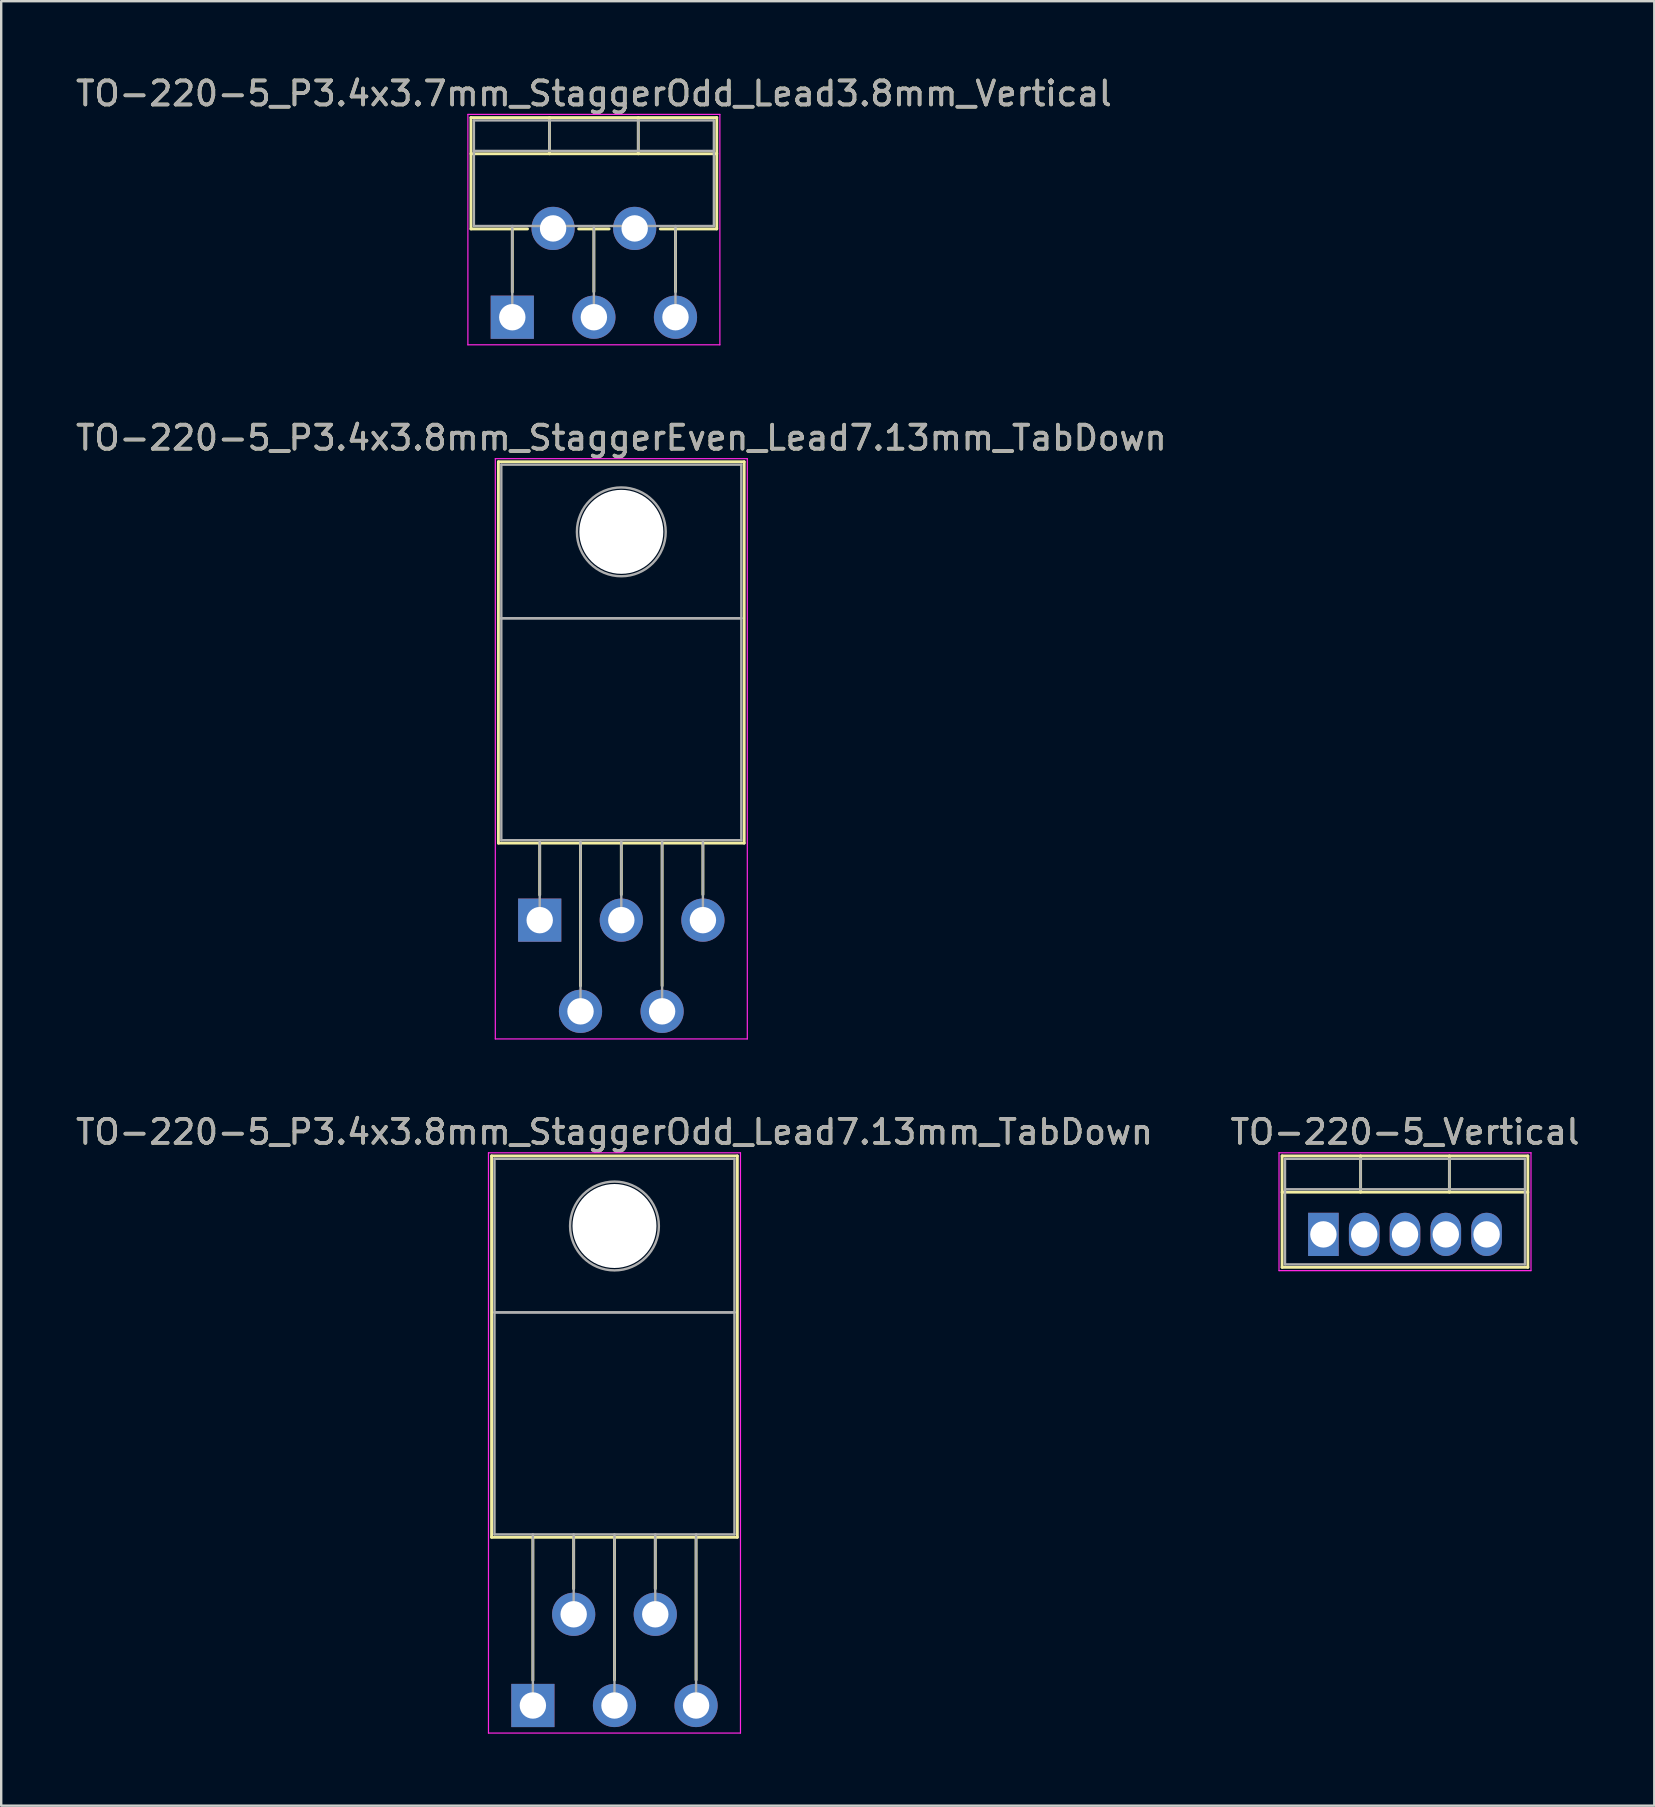
<source format=kicad_pcb>
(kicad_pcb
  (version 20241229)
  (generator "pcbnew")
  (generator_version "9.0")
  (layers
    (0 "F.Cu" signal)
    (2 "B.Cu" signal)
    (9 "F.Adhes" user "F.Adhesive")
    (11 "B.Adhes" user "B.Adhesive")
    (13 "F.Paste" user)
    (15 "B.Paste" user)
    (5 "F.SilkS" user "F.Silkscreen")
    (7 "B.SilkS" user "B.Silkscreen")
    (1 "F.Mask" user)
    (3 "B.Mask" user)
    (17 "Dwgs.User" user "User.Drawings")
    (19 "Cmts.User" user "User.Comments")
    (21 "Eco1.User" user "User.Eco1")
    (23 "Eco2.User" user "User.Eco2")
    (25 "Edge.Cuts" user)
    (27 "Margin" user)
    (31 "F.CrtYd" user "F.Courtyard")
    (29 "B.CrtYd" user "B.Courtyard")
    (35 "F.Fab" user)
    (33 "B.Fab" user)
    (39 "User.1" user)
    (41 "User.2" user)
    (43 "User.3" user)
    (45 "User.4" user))
  (footprint "TO-220-5_P3.4x3.8mm_StaggerOdd_Lead7.13mm_TabDown"
    (layer "F.Cu")
    (at 19.154 68.015)
    (property "Reference" "TO-220-5_P3.4x3.8mm_StaggerOdd_Lead7.13mm_TabDown" (at 3.4 -23.9 0) (layer "F.SilkS") (effects (font (size 1 1) (thickness 0.15))))
    (attr through_hole)
    (fp_line (start -1.721 -22.9) (end -1.721 -7.01) (stroke (width 0.12) (type solid)) (layer "F.SilkS"))
    (fp_line (start -1.721 -22.9) (end 8.52 -22.9) (stroke (width 0.12) (type solid)) (layer "F.SilkS"))
    (fp_line (start -1.721 -7.01) (end 8.52 -7.01) (stroke (width 0.12) (type solid)) (layer "F.SilkS"))
    (fp_line (start 0 -7.01) (end 0 -1.05) (stroke (width 0.12) (type solid)) (layer "F.SilkS"))
    (fp_line (start 1.7 -7.01) (end 1.7 -4.866) (stroke (width 0.12) (type solid)) (layer "F.SilkS"))
    (fp_line (start 3.4 -7.01) (end 3.4 -1.065) (stroke (width 0.12) (type solid)) (layer "F.SilkS"))
    (fp_line (start 5.1 -7.01) (end 5.1 -4.866) (stroke (width 0.12) (type solid)) (layer "F.SilkS"))
    (fp_line (start 6.8 -7.01) (end 6.8 -1.065) (stroke (width 0.12) (type solid)) (layer "F.SilkS"))
    (fp_line (start 8.52 -22.9) (end 8.52 -7.01) (stroke (width 0.12) (type solid)) (layer "F.SilkS"))
    (fp_line (start -1.85 -23.03) (end -1.85 1.15) (stroke (width 0.05) (type solid)) (layer "F.CrtYd"))
    (fp_line (start -1.85 1.15) (end 8.65 1.15) (stroke (width 0.05) (type solid)) (layer "F.CrtYd"))
    (fp_line (start 8.65 -23.03) (end -1.85 -23.03) (stroke (width 0.05) (type solid)) (layer "F.CrtYd"))
    (fp_line (start 8.65 1.15) (end 8.65 -23.03) (stroke (width 0.05) (type solid)) (layer "F.CrtYd"))
    (fp_line (start -1.6 -22.78) (end 8.4 -22.78) (stroke (width 0.1) (type solid)) (layer "F.Fab"))
    (fp_line (start -1.6 -16.38) (end -1.6 -22.78) (stroke (width 0.1) (type solid)) (layer "F.Fab"))
    (fp_line (start -1.6 -16.38) (end 8.4 -16.38) (stroke (width 0.1) (type solid)) (layer "F.Fab"))
    (fp_line (start -1.6 -7.13) (end -1.6 -16.38) (stroke (width 0.1) (type solid)) (layer "F.Fab"))
    (fp_line (start 0 -7.13) (end 0 0) (stroke (width 0.1) (type solid)) (layer "F.Fab"))
    (fp_line (start 1.7 -7.13) (end 1.7 -3.8) (stroke (width 0.1) (type solid)) (layer "F.Fab"))
    (fp_line (start 3.4 -7.13) (end 3.4 0) (stroke (width 0.1) (type solid)) (layer "F.Fab"))
    (fp_line (start 5.1 -7.13) (end 5.1 -3.8) (stroke (width 0.1) (type solid)) (layer "F.Fab"))
    (fp_line (start 6.8 -7.13) (end 6.8 0) (stroke (width 0.1) (type solid)) (layer "F.Fab"))
    (fp_line (start 8.4 -22.78) (end 8.4 -16.38) (stroke (width 0.1) (type solid)) (layer "F.Fab"))
    (fp_line (start 8.4 -16.38) (end -1.6 -16.38) (stroke (width 0.1) (type solid)) (layer "F.Fab"))
    (fp_line (start 8.4 -16.38) (end 8.4 -7.13) (stroke (width 0.1) (type solid)) (layer "F.Fab"))
    (fp_line (start 8.4 -7.13) (end -1.6 -7.13) (stroke (width 0.1) (type solid)) (layer "F.Fab"))
    (fp_circle (center 3.4 -19.98) (end 5.25 -19.98) (stroke (width 0.1) (type solid)) (fill no) (layer "F.Fab"))
    (fp_text user "${REFERENCE}" (at 3.4 -23.9 0) (layer "F.Fab") (effects (font (size 1 1) (thickness 0.15))))
    (pad "" np_thru_hole oval (at 3.4 -19.98) (size 3.5 3.5) (drill 3.5) (layers "*.Cu" "*.Mask"))
    (pad "1" thru_hole rect (at 0 0) (size 1.8 1.8) (drill 1.1) (layers "*.Cu" "*.Mask"))
    (pad "2" thru_hole oval (at 1.7 -3.8) (size 1.8 1.8) (drill 1.1) (layers "*.Cu" "*.Mask"))
    (pad "3" thru_hole oval (at 3.4 0) (size 1.8 1.8) (drill 1.1) (layers "*.Cu" "*.Mask"))
    (pad "4" thru_hole oval (at 5.1 -3.8) (size 1.8 1.8) (drill 1.1) (layers "*.Cu" "*.Mask"))
    (pad "5" thru_hole oval (at 6.8 0) (size 1.8 1.8) (drill 1.1) (layers "*.Cu" "*.Mask")))
  (footprint "TO-220-5_Vertical"
    (layer "F.Cu")
    (at 52.094 48.385)
    (property "Reference" "TO-220-5_Vertical" (at 3.4 -4.27 0) (layer "F.SilkS") (effects (font (size 1 1) (thickness 0.15))))
    (attr through_hole)
    (fp_line (start -1.721 -3.27) (end -1.721 1.371) (stroke (width 0.12) (type solid)) (layer "F.SilkS"))
    (fp_line (start -1.721 -3.27) (end 8.52 -3.27) (stroke (width 0.12) (type solid)) (layer "F.SilkS"))
    (fp_line (start -1.721 -1.76) (end 8.52 -1.76) (stroke (width 0.12) (type solid)) (layer "F.SilkS"))
    (fp_line (start -1.721 1.371) (end 8.52 1.371) (stroke (width 0.12) (type solid)) (layer "F.SilkS"))
    (fp_line (start 1.55 -3.27) (end 1.55 -1.76) (stroke (width 0.12) (type solid)) (layer "F.SilkS"))
    (fp_line (start 5.25 -3.27) (end 5.25 -1.76) (stroke (width 0.12) (type solid)) (layer "F.SilkS"))
    (fp_line (start 8.52 -3.27) (end 8.52 1.371) (stroke (width 0.12) (type solid)) (layer "F.SilkS"))
    (fp_line (start -1.85 -3.4) (end -1.85 1.51) (stroke (width 0.05) (type solid)) (layer "F.CrtYd"))
    (fp_line (start -1.85 1.51) (end 8.65 1.51) (stroke (width 0.05) (type solid)) (layer "F.CrtYd"))
    (fp_line (start 8.65 -3.4) (end -1.85 -3.4) (stroke (width 0.05) (type solid)) (layer "F.CrtYd"))
    (fp_line (start 8.65 1.51) (end 8.65 -3.4) (stroke (width 0.05) (type solid)) (layer "F.CrtYd"))
    (fp_line (start -1.6 -3.15) (end -1.6 1.25) (stroke (width 0.1) (type solid)) (layer "F.Fab"))
    (fp_line (start -1.6 -1.88) (end 8.4 -1.88) (stroke (width 0.1) (type solid)) (layer "F.Fab"))
    (fp_line (start -1.6 1.25) (end 8.4 1.25) (stroke (width 0.1) (type solid)) (layer "F.Fab"))
    (fp_line (start 1.55 -3.15) (end 1.55 -1.88) (stroke (width 0.1) (type solid)) (layer "F.Fab"))
    (fp_line (start 5.25 -3.15) (end 5.25 -1.88) (stroke (width 0.1) (type solid)) (layer "F.Fab"))
    (fp_line (start 8.4 -3.15) (end -1.6 -3.15) (stroke (width 0.1) (type solid)) (layer "F.Fab"))
    (fp_line (start 8.4 1.25) (end 8.4 -3.15) (stroke (width 0.1) (type solid)) (layer "F.Fab"))
    (fp_text user "${REFERENCE}" (at 3.4 -4.27 0) (layer "F.Fab") (effects (font (size 1 1) (thickness 0.15))))
    (pad "1" thru_hole rect (at 0 0) (size 1.275 1.8) (drill 1.1) (layers "*.Cu" "*.Mask"))
    (pad "2" thru_hole oval (at 1.7 0) (size 1.275 1.8) (drill 1.1) (layers "*.Cu" "*.Mask"))
    (pad "3" thru_hole oval (at 3.4 0) (size 1.275 1.8) (drill 1.1) (layers "*.Cu" "*.Mask"))
    (pad "4" thru_hole oval (at 5.1 0) (size 1.275 1.8) (drill 1.1) (layers "*.Cu" "*.Mask"))
    (pad "5" thru_hole oval (at 6.8 0) (size 1.275 1.8) (drill 1.1) (layers "*.Cu" "*.Mask")))
  (footprint "TO-220-5_P3.4x3.8mm_StaggerEven_Lead7.13mm_TabDown"
    (layer "F.Cu")
    (at 19.439 35.291)
    (property "Reference" "TO-220-5_P3.4x3.8mm_StaggerEven_Lead7.13mm_TabDown" (at 3.4 -20.1 0) (layer "F.SilkS") (effects (font (size 1 1) (thickness 0.15))))
    (attr through_hole)
    (fp_line (start -1.721 -19.1) (end -1.721 -3.21) (stroke (width 0.12) (type solid)) (layer "F.SilkS"))
    (fp_line (start -1.721 -19.1) (end 8.52 -19.1) (stroke (width 0.12) (type solid)) (layer "F.SilkS"))
    (fp_line (start -1.721 -3.21) (end 8.52 -3.21) (stroke (width 0.12) (type solid)) (layer "F.SilkS"))
    (fp_line (start 0 -3.21) (end 0 -1.05) (stroke (width 0.12) (type solid)) (layer "F.SilkS"))
    (fp_line (start 1.7 -3.21) (end 1.7 2.735) (stroke (width 0.12) (type solid)) (layer "F.SilkS"))
    (fp_line (start 3.4 -3.21) (end 3.4 -1.066) (stroke (width 0.12) (type solid)) (layer "F.SilkS"))
    (fp_line (start 5.1 -3.21) (end 5.1 2.735) (stroke (width 0.12) (type solid)) (layer "F.SilkS"))
    (fp_line (start 6.8 -3.21) (end 6.8 -1.066) (stroke (width 0.12) (type solid)) (layer "F.SilkS"))
    (fp_line (start 8.52 -19.1) (end 8.52 -3.21) (stroke (width 0.12) (type solid)) (layer "F.SilkS"))
    (fp_line (start -1.85 -19.23) (end -1.85 4.95) (stroke (width 0.05) (type solid)) (layer "F.CrtYd"))
    (fp_line (start -1.85 4.95) (end 8.65 4.95) (stroke (width 0.05) (type solid)) (layer "F.CrtYd"))
    (fp_line (start 8.65 -19.23) (end -1.85 -19.23) (stroke (width 0.05) (type solid)) (layer "F.CrtYd"))
    (fp_line (start 8.65 4.95) (end 8.65 -19.23) (stroke (width 0.05) (type solid)) (layer "F.CrtYd"))
    (fp_line (start -1.6 -18.98) (end 8.4 -18.98) (stroke (width 0.1) (type solid)) (layer "F.Fab"))
    (fp_line (start -1.6 -12.58) (end -1.6 -18.98) (stroke (width 0.1) (type solid)) (layer "F.Fab"))
    (fp_line (start -1.6 -12.58) (end 8.4 -12.58) (stroke (width 0.1) (type solid)) (layer "F.Fab"))
    (fp_line (start -1.6 -3.33) (end -1.6 -12.58) (stroke (width 0.1) (type solid)) (layer "F.Fab"))
    (fp_line (start 0 -3.33) (end 0 0) (stroke (width 0.1) (type solid)) (layer "F.Fab"))
    (fp_line (start 1.7 -3.33) (end 1.7 3.8) (stroke (width 0.1) (type solid)) (layer "F.Fab"))
    (fp_line (start 3.4 -3.33) (end 3.4 0) (stroke (width 0.1) (type solid)) (layer "F.Fab"))
    (fp_line (start 5.1 -3.33) (end 5.1 3.8) (stroke (width 0.1) (type solid)) (layer "F.Fab"))
    (fp_line (start 6.8 -3.33) (end 6.8 0) (stroke (width 0.1) (type solid)) (layer "F.Fab"))
    (fp_line (start 8.4 -18.98) (end 8.4 -12.58) (stroke (width 0.1) (type solid)) (layer "F.Fab"))
    (fp_line (start 8.4 -12.58) (end -1.6 -12.58) (stroke (width 0.1) (type solid)) (layer "F.Fab"))
    (fp_line (start 8.4 -12.58) (end 8.4 -3.33) (stroke (width 0.1) (type solid)) (layer "F.Fab"))
    (fp_line (start 8.4 -3.33) (end -1.6 -3.33) (stroke (width 0.1) (type solid)) (layer "F.Fab"))
    (fp_circle (center 3.4 -16.18) (end 5.25 -16.18) (stroke (width 0.1) (type solid)) (fill no) (layer "F.Fab"))
    (fp_text user "${REFERENCE}" (at 3.4 -20.1 0) (layer "F.Fab") (effects (font (size 1 1) (thickness 0.15))))
    (pad "" np_thru_hole oval (at 3.4 -16.18) (size 3.5 3.5) (drill 3.5) (layers "*.Cu" "*.Mask"))
    (pad "1" thru_hole rect (at 0 0) (size 1.8 1.8) (drill 1.1) (layers "*.Cu" "*.Mask"))
    (pad "2" thru_hole oval (at 1.7 3.8) (size 1.8 1.8) (drill 1.1) (layers "*.Cu" "*.Mask"))
    (pad "3" thru_hole oval (at 3.4 0) (size 1.8 1.8) (drill 1.1) (layers "*.Cu" "*.Mask"))
    (pad "4" thru_hole oval (at 5.1 3.8) (size 1.8 1.8) (drill 1.1) (layers "*.Cu" "*.Mask"))
    (pad "5" thru_hole oval (at 6.8 0) (size 1.8 1.8) (drill 1.1) (layers "*.Cu" "*.Mask")))
  (footprint "TO-220-5_P3.4x3.7mm_StaggerOdd_Lead3.8mm_Vertical"
    (layer "F.Cu")
    (at 18.296 10.168)
    (property "Reference" "TO-220-5_P3.4x3.7mm_StaggerOdd_Lead3.8mm_Vertical" (at 3.4 -9.32 0) (layer "F.SilkS") (effects (font (size 1 1) (thickness 0.15))))
    (attr through_hole)
    (fp_line (start -1.721 -8.32) (end -1.721 -3.679) (stroke (width 0.12) (type solid)) (layer "F.SilkS"))
    (fp_line (start -1.721 -8.32) (end 8.52 -8.32) (stroke (width 0.12) (type solid)) (layer "F.SilkS"))
    (fp_line (start -1.721 -6.811) (end 8.52 -6.811) (stroke (width 0.12) (type solid)) (layer "F.SilkS"))
    (fp_line (start -1.721 -3.679) (end 0.635 -3.679) (stroke (width 0.12) (type solid)) (layer "F.SilkS"))
    (fp_line (start 0 -3.679) (end 0 -1.049) (stroke (width 0.12) (type solid)) (layer "F.SilkS"))
    (fp_line (start 1.55 -8.32) (end 1.55 -6.811) (stroke (width 0.12) (type solid)) (layer "F.SilkS"))
    (fp_line (start 2.765 -3.679) (end 4.035 -3.679) (stroke (width 0.12) (type solid)) (layer "F.SilkS"))
    (fp_line (start 3.4 -3.679) (end 3.4 -1.065) (stroke (width 0.12) (type solid)) (layer "F.SilkS"))
    (fp_line (start 5.25 -8.32) (end 5.25 -6.811) (stroke (width 0.12) (type solid)) (layer "F.SilkS"))
    (fp_line (start 6.165 -3.679) (end 8.52 -3.679) (stroke (width 0.12) (type solid)) (layer "F.SilkS"))
    (fp_line (start 6.8 -3.679) (end 6.8 -1.065) (stroke (width 0.12) (type solid)) (layer "F.SilkS"))
    (fp_line (start 8.52 -8.32) (end 8.52 -3.679) (stroke (width 0.12) (type solid)) (layer "F.SilkS"))
    (fp_line (start -1.85 -8.45) (end -1.85 1.15) (stroke (width 0.05) (type solid)) (layer "F.CrtYd"))
    (fp_line (start -1.85 1.15) (end 8.65 1.15) (stroke (width 0.05) (type solid)) (layer "F.CrtYd"))
    (fp_line (start 8.65 -8.45) (end -1.85 -8.45) (stroke (width 0.05) (type solid)) (layer "F.CrtYd"))
    (fp_line (start 8.65 1.15) (end 8.65 -8.45) (stroke (width 0.05) (type solid)) (layer "F.CrtYd"))
    (fp_line (start -1.6 -8.2) (end -1.6 -3.8) (stroke (width 0.1) (type solid)) (layer "F.Fab"))
    (fp_line (start -1.6 -6.93) (end 8.4 -6.93) (stroke (width 0.1) (type solid)) (layer "F.Fab"))
    (fp_line (start -1.6 -3.8) (end 8.4 -3.8) (stroke (width 0.1) (type solid)) (layer "F.Fab"))
    (fp_line (start 0 -3.8) (end 0 0) (stroke (width 0.1) (type solid)) (layer "F.Fab"))
    (fp_line (start 1.55 -8.2) (end 1.55 -6.93) (stroke (width 0.1) (type solid)) (layer "F.Fab"))
    (fp_line (start 1.7 -3.8) (end 1.7 -3.7) (stroke (width 0.1) (type solid)) (layer "F.Fab"))
    (fp_line (start 3.4 -3.8) (end 3.4 0) (stroke (width 0.1) (type solid)) (layer "F.Fab"))
    (fp_line (start 5.1 -3.8) (end 5.1 -3.7) (stroke (width 0.1) (type solid)) (layer "F.Fab"))
    (fp_line (start 5.25 -8.2) (end 5.25 -6.93) (stroke (width 0.1) (type solid)) (layer "F.Fab"))
    (fp_line (start 6.8 -3.8) (end 6.8 0) (stroke (width 0.1) (type solid)) (layer "F.Fab"))
    (fp_line (start 8.4 -8.2) (end -1.6 -8.2) (stroke (width 0.1) (type solid)) (layer "F.Fab"))
    (fp_line (start 8.4 -3.8) (end 8.4 -8.2) (stroke (width 0.1) (type solid)) (layer "F.Fab"))
    (fp_text user "${REFERENCE}" (at 3.4 -9.32 0) (layer "F.Fab") (effects (font (size 1 1) (thickness 0.15))))
    (pad "1" thru_hole rect (at 0 0) (size 1.8 1.8) (drill 1.1) (layers "*.Cu" "*.Mask"))
    (pad "2" thru_hole oval (at 1.7 -3.7) (size 1.8 1.8) (drill 1.1) (layers "*.Cu" "*.Mask"))
    (pad "3" thru_hole oval (at 3.4 0) (size 1.8 1.8) (drill 1.1) (layers "*.Cu" "*.Mask"))
    (pad "4" thru_hole oval (at 5.1 -3.7) (size 1.8 1.8) (drill 1.1) (layers "*.Cu" "*.Mask"))
    (pad "5" thru_hole oval (at 6.8 0) (size 1.8 1.8) (drill 1.1) (layers "*.Cu" "*.Mask")))
  (gr_rect
    (start -3 -3)
    (end 65.881 72.19)
    (stroke (width 0.1) (type default))
    (fill no)
    (layer "Edge.Cuts")))
</source>
